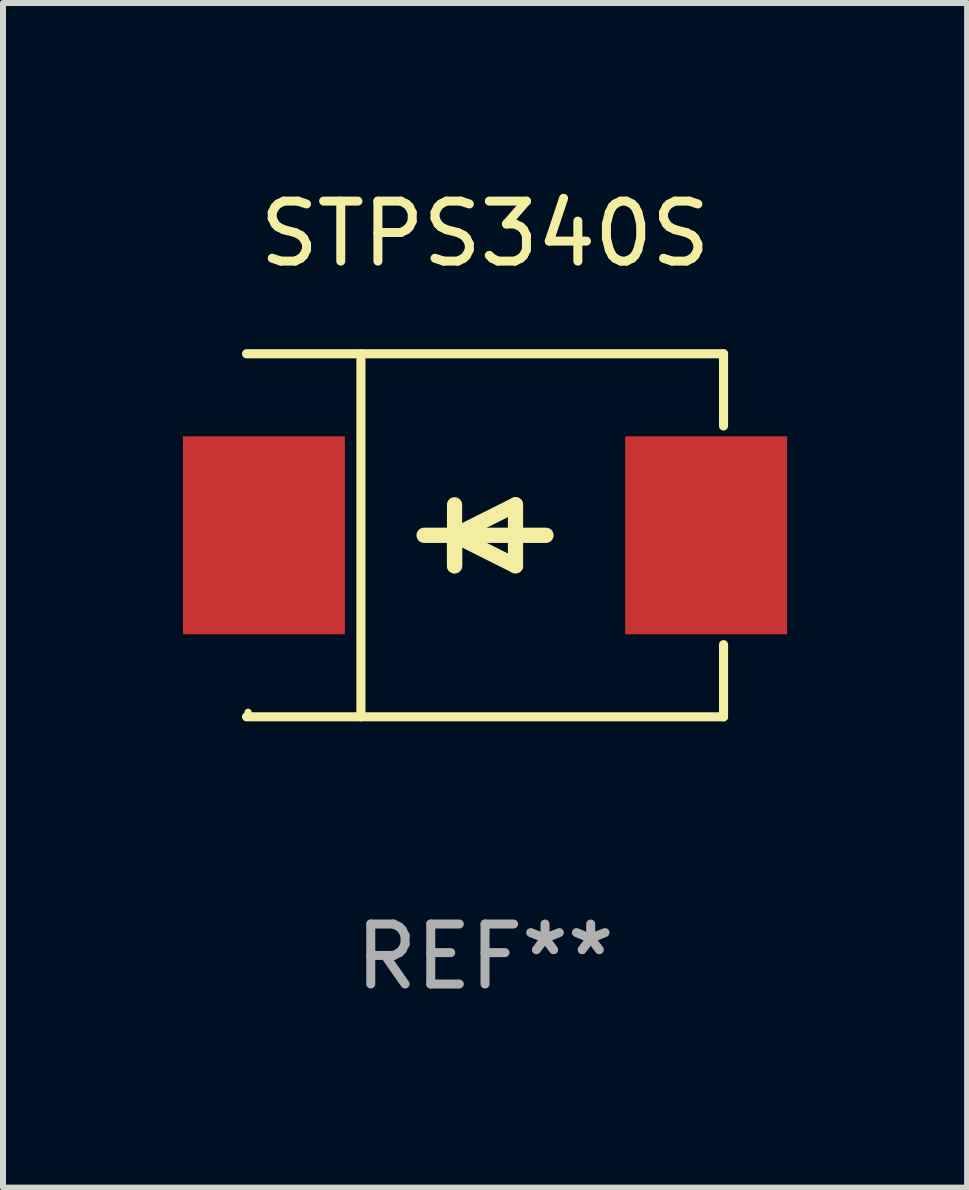
<source format=kicad_pcb>
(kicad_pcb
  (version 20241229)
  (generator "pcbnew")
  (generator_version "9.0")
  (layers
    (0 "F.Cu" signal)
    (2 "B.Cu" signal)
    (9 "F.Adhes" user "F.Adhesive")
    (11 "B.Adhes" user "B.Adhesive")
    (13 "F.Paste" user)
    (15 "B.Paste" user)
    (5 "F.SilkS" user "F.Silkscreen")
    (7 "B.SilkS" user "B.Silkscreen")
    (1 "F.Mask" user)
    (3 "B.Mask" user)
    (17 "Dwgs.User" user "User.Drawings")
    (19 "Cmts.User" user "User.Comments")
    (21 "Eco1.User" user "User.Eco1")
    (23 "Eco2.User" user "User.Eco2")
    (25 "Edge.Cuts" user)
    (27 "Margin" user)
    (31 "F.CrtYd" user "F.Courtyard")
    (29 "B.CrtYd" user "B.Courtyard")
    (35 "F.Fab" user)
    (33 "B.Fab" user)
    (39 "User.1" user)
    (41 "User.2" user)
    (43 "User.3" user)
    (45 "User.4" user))
  (footprint "STPS340S"
    (layer "F.Cu")
    (at 5.036 5.874)
    (property "Reference" "STPS340S" (at 0 -5.026 0) (layer "F.SilkS") (effects (font (size 1 1) (thickness 0.15))))
    (attr through_hole)
    (fp_line (start -3.976 -3.026) (end 3.976 -3.026) (stroke (width 0.152) (type solid)) (layer "F.SilkS"))
    (fp_line (start -3.976 3.026) (end 3.976 3.026) (stroke (width 0.152) (type solid)) (layer "F.SilkS"))
    (fp_line (start -2.069 -3.026) (end -2.069 3.026) (stroke (width 0.152) (type solid)) (layer "F.SilkS"))
    (fp_line (start -0.508 0) (end -0.508 0.508) (stroke (width 0.254) (type solid)) (layer "F.SilkS"))
    (fp_line (start -0.508 0) (end 0.508 0.508) (stroke (width 0.254) (type solid)) (layer "F.SilkS"))
    (fp_line (start -0.508 0.508) (end -0.508 -0.508) (stroke (width 0.254) (type solid)) (layer "F.SilkS"))
    (fp_line (start 0.508 -0.508) (end -0.508 0) (stroke (width 0.254) (type solid)) (layer "F.SilkS"))
    (fp_line (start 0.508 0.508) (end 0.508 -0.508) (stroke (width 0.254) (type solid)) (layer "F.SilkS"))
    (fp_line (start 1.016 0) (end -1.016 0) (stroke (width 0.254) (type solid)) (layer "F.SilkS"))
    (fp_line (start 3.976 -3.026) (end 3.976 -1.823) (stroke (width 0.152) (type solid)) (layer "F.SilkS"))
    (fp_line (start 3.976 3.026) (end 3.976 1.823) (stroke (width 0.152) (type solid)) (layer "F.SilkS"))
    (fp_circle (center -3.95 2.95) (end -3.92 2.95) (stroke (width 0.06) (type solid)) (fill no) (layer "F.SilkS"))
    (fp_text user "REF**" (at 0 7.026 0) (layer "F.Fab") (effects (font (size 1 1) (thickness 0.15))))
    (pad "1" smd rect (at -3.686 0) (size 2.7 3.3) (layers "F.Cu" "F.Mask" "F.Paste"))
    (pad "2" smd rect (at 3.686 0) (size 2.7 3.3) (layers "F.Cu" "F.Mask" "F.Paste")))
  (gr_rect
    (start -3 -3)
    (end 13.073 16.749)
    (stroke (width 0.1) (type default))
    (fill no)
    (layer "Edge.Cuts")))
</source>
